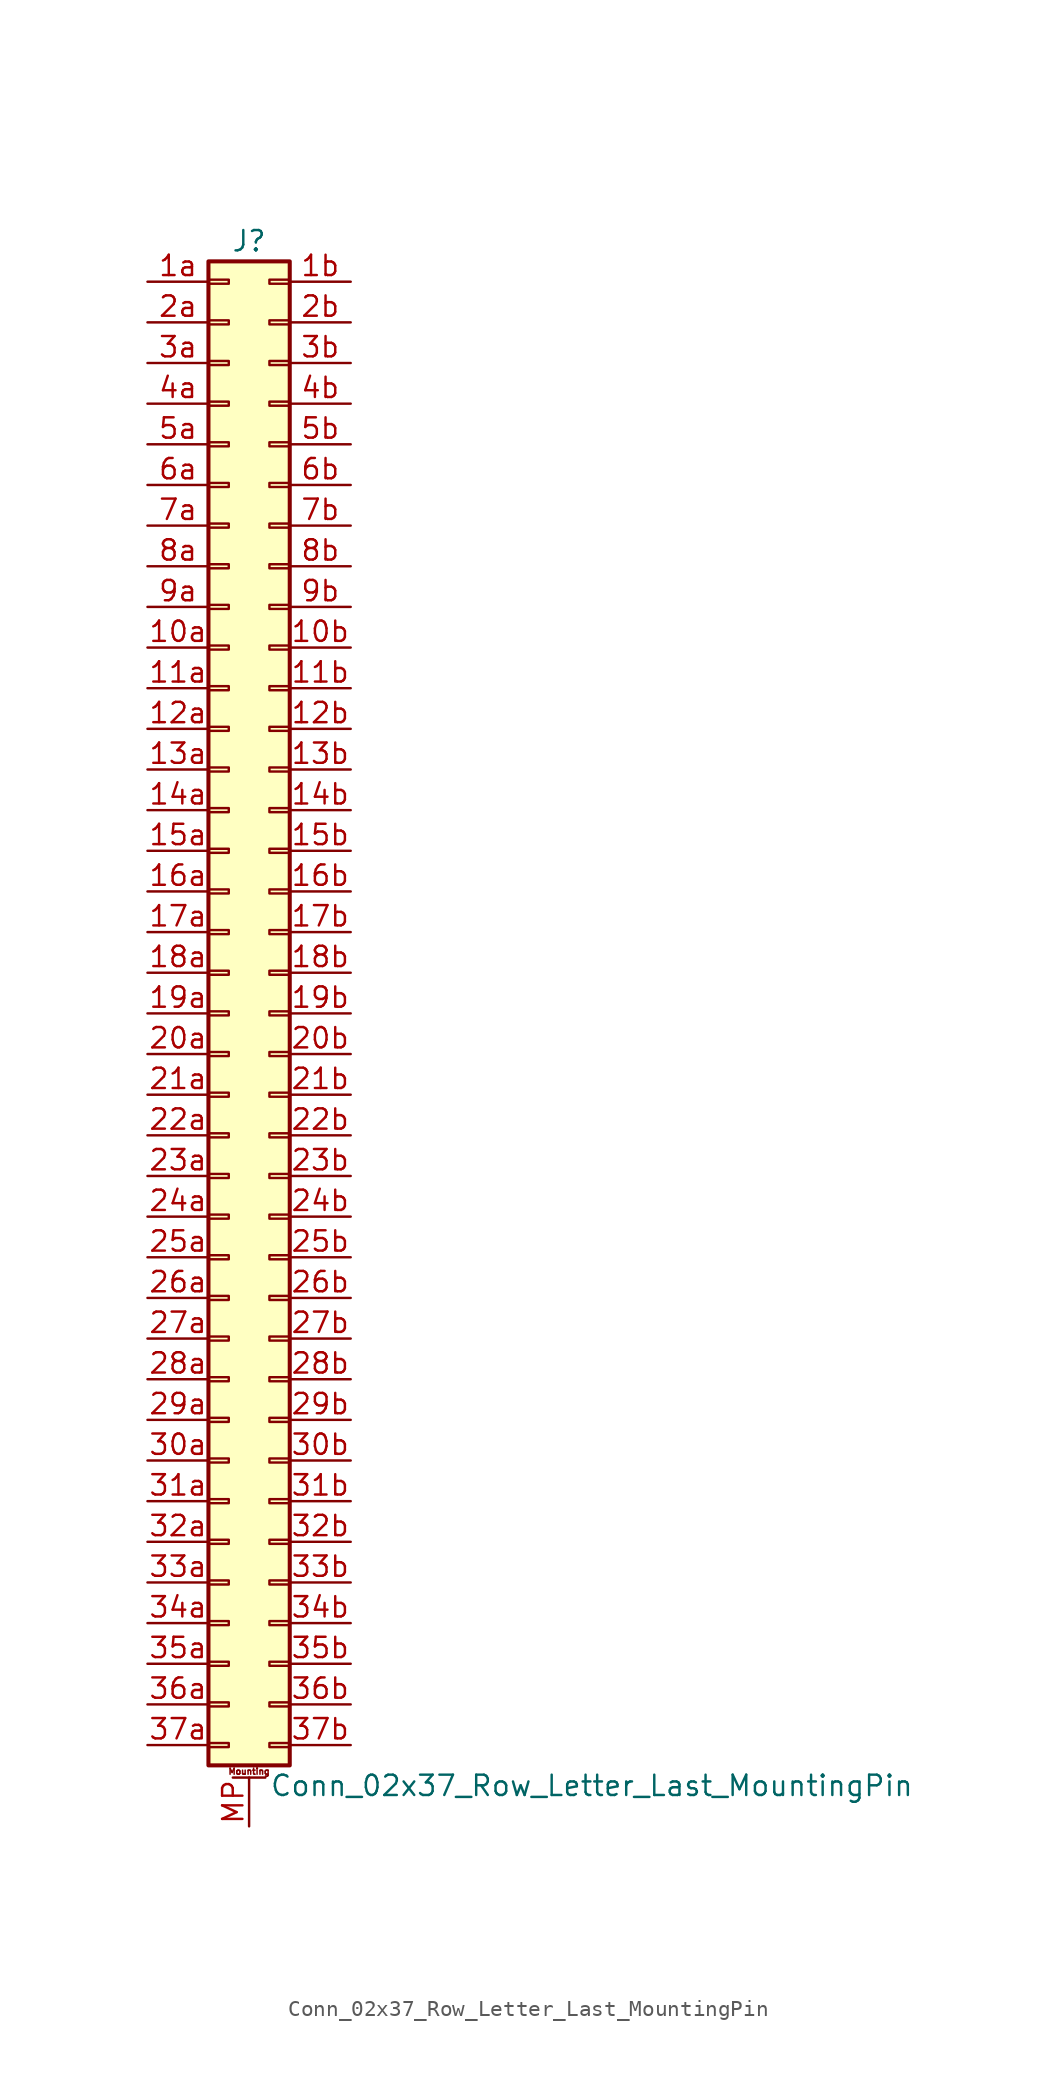
<source format=kicad_sym>
(kicad_symbol_lib
  (version 20201005)
  (generator kicad_symbol_editor)
  (symbol "Conn_02x37_Row_Letter_Last_MountingPin"
    (pin_names
      (offset 1.016) hide)
    (property "Reference" "J"
      (at 1.27 48.26 0)
      (effects (font (size 1.27 1.27))))
    (property "Value" "Conn_02x37_Row_Letter_Last_MountingPin"
      (at 2.54 -48.26 0)
      (effects (font (size 1.27 1.27)) (justify left)))
    (symbol "Conn_02x37_Row_Letter_Last_MountingPin_1_1"
      (text "Mounting" (at 1.27 -47.371 0) (effects (font (size 0.381 0.381))))
      (rectangle (start -1.27 -45.593) (end 0 -45.847) (stroke (width 0.152)) (fill (type none)))
      (rectangle (start -1.27 -43.053) (end 0 -43.307) (stroke (width 0.152)) (fill (type none)))
      (rectangle (start -1.27 -40.513) (end 0 -40.767) (stroke (width 0.152)) (fill (type none)))
      (rectangle (start -1.27 -37.973) (end 0 -38.227) (stroke (width 0.152)) (fill (type none)))
      (rectangle (start -1.27 -35.433) (end 0 -35.687) (stroke (width 0.152)) (fill (type none)))
      (rectangle (start -1.27 -32.893) (end 0 -33.147) (stroke (width 0.152)) (fill (type none)))
      (rectangle (start -1.27 -30.353) (end 0 -30.607) (stroke (width 0.152)) (fill (type none)))
      (rectangle (start -1.27 -27.813) (end 0 -28.067) (stroke (width 0.152)) (fill (type none)))
      (rectangle (start -1.27 -25.273) (end 0 -25.527) (stroke (width 0.152)) (fill (type none)))
      (rectangle (start -1.27 -22.733) (end 0 -22.987) (stroke (width 0.152)) (fill (type none)))
      (rectangle (start -1.27 -20.193) (end 0 -20.447) (stroke (width 0.152)) (fill (type none)))
      (rectangle (start -1.27 -17.653) (end 0 -17.907) (stroke (width 0.152)) (fill (type none)))
      (rectangle (start -1.27 -15.113) (end 0 -15.367) (stroke (width 0.152)) (fill (type none)))
      (rectangle (start -1.27 -12.573) (end 0 -12.827) (stroke (width 0.152)) (fill (type none)))
      (rectangle (start -1.27 -10.033) (end 0 -10.287) (stroke (width 0.152)) (fill (type none)))
      (rectangle (start -1.27 -7.493) (end 0 -7.747) (stroke (width 0.152)) (fill (type none)))
      (rectangle (start -1.27 -4.953) (end 0 -5.207) (stroke (width 0.152)) (fill (type none)))
      (rectangle (start -1.27 -2.413) (end 0 -2.667) (stroke (width 0.152)) (fill (type none)))
      (rectangle (start -1.27 0.127) (end 0 -0.127) (stroke (width 0.152)) (fill (type none)))
      (rectangle (start -1.27 2.667) (end 0 2.413) (stroke (width 0.152)) (fill (type none)))
      (rectangle (start -1.27 5.207) (end 0 4.953) (stroke (width 0.152)) (fill (type none)))
      (rectangle (start -1.27 7.747) (end 0 7.493) (stroke (width 0.152)) (fill (type none)))
      (rectangle (start -1.27 10.287) (end 0 10.033) (stroke (width 0.152)) (fill (type none)))
      (rectangle (start -1.27 12.827) (end 0 12.573) (stroke (width 0.152)) (fill (type none)))
      (rectangle (start -1.27 15.367) (end 0 15.113) (stroke (width 0.152)) (fill (type none)))
      (rectangle (start -1.27 17.907) (end 0 17.653) (stroke (width 0.152)) (fill (type none)))
      (rectangle (start -1.27 20.447) (end 0 20.193) (stroke (width 0.152)) (fill (type none)))
      (rectangle (start -1.27 22.987) (end 0 22.733) (stroke (width 0.152)) (fill (type none)))
      (rectangle (start -1.27 25.527) (end 0 25.273) (stroke (width 0.152)) (fill (type none)))
      (rectangle (start -1.27 28.067) (end 0 27.813) (stroke (width 0.152)) (fill (type none)))
      (rectangle (start -1.27 30.607) (end 0 30.353) (stroke (width 0.152)) (fill (type none)))
      (rectangle (start -1.27 33.147) (end 0 32.893) (stroke (width 0.152)) (fill (type none)))
      (rectangle (start -1.27 35.687) (end 0 35.433) (stroke (width 0.152)) (fill (type none)))
      (rectangle (start -1.27 38.227) (end 0 37.973) (stroke (width 0.152)) (fill (type none)))
      (rectangle (start -1.27 40.767) (end 0 40.513) (stroke (width 0.152)) (fill (type none)))
      (rectangle (start -1.27 43.307) (end 0 43.053) (stroke (width 0.152)) (fill (type none)))
      (rectangle (start -1.27 45.847) (end 0 45.593) (stroke (width 0.152)) (fill (type none)))
      (rectangle (start -1.27 46.99) (end 3.81 -46.99) (stroke (width 0.254)) (fill (type background)))
      (rectangle (start 3.81 -45.593) (end 2.54 -45.847) (stroke (width 0.152)) (fill (type none)))
      (rectangle (start 3.81 -43.053) (end 2.54 -43.307) (stroke (width 0.152)) (fill (type none)))
      (rectangle (start 3.81 -40.513) (end 2.54 -40.767) (stroke (width 0.152)) (fill (type none)))
      (rectangle (start 3.81 -37.973) (end 2.54 -38.227) (stroke (width 0.152)) (fill (type none)))
      (rectangle (start 3.81 -35.433) (end 2.54 -35.687) (stroke (width 0.152)) (fill (type none)))
      (rectangle (start 3.81 -32.893) (end 2.54 -33.147) (stroke (width 0.152)) (fill (type none)))
      (rectangle (start 3.81 -30.353) (end 2.54 -30.607) (stroke (width 0.152)) (fill (type none)))
      (rectangle (start 3.81 -27.813) (end 2.54 -28.067) (stroke (width 0.152)) (fill (type none)))
      (rectangle (start 3.81 -25.273) (end 2.54 -25.527) (stroke (width 0.152)) (fill (type none)))
      (rectangle (start 3.81 -22.733) (end 2.54 -22.987) (stroke (width 0.152)) (fill (type none)))
      (rectangle (start 3.81 -20.193) (end 2.54 -20.447) (stroke (width 0.152)) (fill (type none)))
      (rectangle (start 3.81 -17.653) (end 2.54 -17.907) (stroke (width 0.152)) (fill (type none)))
      (rectangle (start 3.81 -15.113) (end 2.54 -15.367) (stroke (width 0.152)) (fill (type none)))
      (rectangle (start 3.81 -12.573) (end 2.54 -12.827) (stroke (width 0.152)) (fill (type none)))
      (rectangle (start 3.81 -10.033) (end 2.54 -10.287) (stroke (width 0.152)) (fill (type none)))
      (rectangle (start 3.81 -7.493) (end 2.54 -7.747) (stroke (width 0.152)) (fill (type none)))
      (rectangle (start 3.81 -4.953) (end 2.54 -5.207) (stroke (width 0.152)) (fill (type none)))
      (rectangle (start 3.81 -2.413) (end 2.54 -2.667) (stroke (width 0.152)) (fill (type none)))
      (rectangle (start 3.81 0.127) (end 2.54 -0.127) (stroke (width 0.152)) (fill (type none)))
      (rectangle (start 3.81 2.667) (end 2.54 2.413) (stroke (width 0.152)) (fill (type none)))
      (rectangle (start 3.81 5.207) (end 2.54 4.953) (stroke (width 0.152)) (fill (type none)))
      (rectangle (start 3.81 7.747) (end 2.54 7.493) (stroke (width 0.152)) (fill (type none)))
      (rectangle (start 3.81 10.287) (end 2.54 10.033) (stroke (width 0.152)) (fill (type none)))
      (rectangle (start 3.81 12.827) (end 2.54 12.573) (stroke (width 0.152)) (fill (type none)))
      (rectangle (start 3.81 15.367) (end 2.54 15.113) (stroke (width 0.152)) (fill (type none)))
      (rectangle (start 3.81 17.907) (end 2.54 17.653) (stroke (width 0.152)) (fill (type none)))
      (rectangle (start 3.81 20.447) (end 2.54 20.193) (stroke (width 0.152)) (fill (type none)))
      (rectangle (start 3.81 22.987) (end 2.54 22.733) (stroke (width 0.152)) (fill (type none)))
      (rectangle (start 3.81 25.527) (end 2.54 25.273) (stroke (width 0.152)) (fill (type none)))
      (rectangle (start 3.81 28.067) (end 2.54 27.813) (stroke (width 0.152)) (fill (type none)))
      (rectangle (start 3.81 30.607) (end 2.54 30.353) (stroke (width 0.152)) (fill (type none)))
      (rectangle (start 3.81 33.147) (end 2.54 32.893) (stroke (width 0.152)) (fill (type none)))
      (rectangle (start 3.81 35.687) (end 2.54 35.433) (stroke (width 0.152)) (fill (type none)))
      (rectangle (start 3.81 38.227) (end 2.54 37.973) (stroke (width 0.152)) (fill (type none)))
      (rectangle (start 3.81 40.767) (end 2.54 40.513) (stroke (width 0.152)) (fill (type none)))
      (rectangle (start 3.81 43.307) (end 2.54 43.053) (stroke (width 0.152)) (fill (type none)))
      (rectangle (start 3.81 45.847) (end 2.54 45.593) (stroke (width 0.152)) (fill (type none)))
      (polyline (pts (xy 0.254 -47.752) (xy 2.286 -47.752)) (stroke (width 0.152)) (fill (type none)))
      (pin passive line (at -5.08 22.86 0) (length 3.81) (name "Pin_10a" (effects (font (size 1.27 1.27)))) (number "10a" (effects (font (size 1.27 1.27)))))
      (pin passive line (at 7.62 22.86 180) (length 3.81) (name "Pin_10b" (effects (font (size 1.27 1.27)))) (number "10b" (effects (font (size 1.27 1.27)))))
      (pin passive line (at -5.08 20.32 0) (length 3.81) (name "Pin_11a" (effects (font (size 1.27 1.27)))) (number "11a" (effects (font (size 1.27 1.27)))))
      (pin passive line (at 7.62 20.32 180) (length 3.81) (name "Pin_11b" (effects (font (size 1.27 1.27)))) (number "11b" (effects (font (size 1.27 1.27)))))
      (pin passive line (at -5.08 17.78 0) (length 3.81) (name "Pin_12a" (effects (font (size 1.27 1.27)))) (number "12a" (effects (font (size 1.27 1.27)))))
      (pin passive line (at 7.62 17.78 180) (length 3.81) (name "Pin_12b" (effects (font (size 1.27 1.27)))) (number "12b" (effects (font (size 1.27 1.27)))))
      (pin passive line (at -5.08 15.24 0) (length 3.81) (name "Pin_13a" (effects (font (size 1.27 1.27)))) (number "13a" (effects (font (size 1.27 1.27)))))
      (pin passive line (at 7.62 15.24 180) (length 3.81) (name "Pin_13b" (effects (font (size 1.27 1.27)))) (number "13b" (effects (font (size 1.27 1.27)))))
      (pin passive line (at -5.08 12.7 0) (length 3.81) (name "Pin_14a" (effects (font (size 1.27 1.27)))) (number "14a" (effects (font (size 1.27 1.27)))))
      (pin passive line (at 7.62 12.7 180) (length 3.81) (name "Pin_14b" (effects (font (size 1.27 1.27)))) (number "14b" (effects (font (size 1.27 1.27)))))
      (pin passive line (at -5.08 10.16 0) (length 3.81) (name "Pin_15a" (effects (font (size 1.27 1.27)))) (number "15a" (effects (font (size 1.27 1.27)))))
      (pin passive line (at 7.62 10.16 180) (length 3.81) (name "Pin_15b" (effects (font (size 1.27 1.27)))) (number "15b" (effects (font (size 1.27 1.27)))))
      (pin passive line (at -5.08 7.62 0) (length 3.81) (name "Pin_16a" (effects (font (size 1.27 1.27)))) (number "16a" (effects (font (size 1.27 1.27)))))
      (pin passive line (at 7.62 7.62 180) (length 3.81) (name "Pin_16b" (effects (font (size 1.27 1.27)))) (number "16b" (effects (font (size 1.27 1.27)))))
      (pin passive line (at -5.08 5.08 0) (length 3.81) (name "Pin_17a" (effects (font (size 1.27 1.27)))) (number "17a" (effects (font (size 1.27 1.27)))))
      (pin passive line (at 7.62 5.08 180) (length 3.81) (name "Pin_17b" (effects (font (size 1.27 1.27)))) (number "17b" (effects (font (size 1.27 1.27)))))
      (pin passive line (at -5.08 2.54 0) (length 3.81) (name "Pin_18a" (effects (font (size 1.27 1.27)))) (number "18a" (effects (font (size 1.27 1.27)))))
      (pin passive line (at 7.62 2.54 180) (length 3.81) (name "Pin_18b" (effects (font (size 1.27 1.27)))) (number "18b" (effects (font (size 1.27 1.27)))))
      (pin passive line (at -5.08 0 0) (length 3.81) (name "Pin_19a" (effects (font (size 1.27 1.27)))) (number "19a" (effects (font (size 1.27 1.27)))))
      (pin passive line (at 7.62 0 180) (length 3.81) (name "Pin_19b" (effects (font (size 1.27 1.27)))) (number "19b" (effects (font (size 1.27 1.27)))))
      (pin passive line (at -5.08 45.72 0) (length 3.81) (name "Pin_1a" (effects (font (size 1.27 1.27)))) (number "1a" (effects (font (size 1.27 1.27)))))
      (pin passive line (at 7.62 45.72 180) (length 3.81) (name "Pin_1b" (effects (font (size 1.27 1.27)))) (number "1b" (effects (font (size 1.27 1.27)))))
      (pin passive line (at -5.08 -2.54 0) (length 3.81) (name "Pin_20a" (effects (font (size 1.27 1.27)))) (number "20a" (effects (font (size 1.27 1.27)))))
      (pin passive line (at 7.62 -2.54 180) (length 3.81) (name "Pin_20b" (effects (font (size 1.27 1.27)))) (number "20b" (effects (font (size 1.27 1.27)))))
      (pin passive line (at -5.08 -5.08 0) (length 3.81) (name "Pin_21a" (effects (font (size 1.27 1.27)))) (number "21a" (effects (font (size 1.27 1.27)))))
      (pin passive line (at 7.62 -5.08 180) (length 3.81) (name "Pin_21b" (effects (font (size 1.27 1.27)))) (number "21b" (effects (font (size 1.27 1.27)))))
      (pin passive line (at -5.08 -7.62 0) (length 3.81) (name "Pin_22a" (effects (font (size 1.27 1.27)))) (number "22a" (effects (font (size 1.27 1.27)))))
      (pin passive line (at 7.62 -7.62 180) (length 3.81) (name "Pin_22b" (effects (font (size 1.27 1.27)))) (number "22b" (effects (font (size 1.27 1.27)))))
      (pin passive line (at -5.08 -10.16 0) (length 3.81) (name "Pin_23a" (effects (font (size 1.27 1.27)))) (number "23a" (effects (font (size 1.27 1.27)))))
      (pin passive line (at 7.62 -10.16 180) (length 3.81) (name "Pin_23b" (effects (font (size 1.27 1.27)))) (number "23b" (effects (font (size 1.27 1.27)))))
      (pin passive line (at -5.08 -12.7 0) (length 3.81) (name "Pin_24a" (effects (font (size 1.27 1.27)))) (number "24a" (effects (font (size 1.27 1.27)))))
      (pin passive line (at 7.62 -12.7 180) (length 3.81) (name "Pin_24b" (effects (font (size 1.27 1.27)))) (number "24b" (effects (font (size 1.27 1.27)))))
      (pin passive line (at -5.08 -15.24 0) (length 3.81) (name "Pin_25a" (effects (font (size 1.27 1.27)))) (number "25a" (effects (font (size 1.27 1.27)))))
      (pin passive line (at 7.62 -15.24 180) (length 3.81) (name "Pin_25b" (effects (font (size 1.27 1.27)))) (number "25b" (effects (font (size 1.27 1.27)))))
      (pin passive line (at -5.08 -17.78 0) (length 3.81) (name "Pin_26a" (effects (font (size 1.27 1.27)))) (number "26a" (effects (font (size 1.27 1.27)))))
      (pin passive line (at 7.62 -17.78 180) (length 3.81) (name "Pin_26b" (effects (font (size 1.27 1.27)))) (number "26b" (effects (font (size 1.27 1.27)))))
      (pin passive line (at -5.08 -20.32 0) (length 3.81) (name "Pin_27a" (effects (font (size 1.27 1.27)))) (number "27a" (effects (font (size 1.27 1.27)))))
      (pin passive line (at 7.62 -20.32 180) (length 3.81) (name "Pin_27b" (effects (font (size 1.27 1.27)))) (number "27b" (effects (font (size 1.27 1.27)))))
      (pin passive line (at -5.08 -22.86 0) (length 3.81) (name "Pin_28a" (effects (font (size 1.27 1.27)))) (number "28a" (effects (font (size 1.27 1.27)))))
      (pin passive line (at 7.62 -22.86 180) (length 3.81) (name "Pin_28b" (effects (font (size 1.27 1.27)))) (number "28b" (effects (font (size 1.27 1.27)))))
      (pin passive line (at -5.08 -25.4 0) (length 3.81) (name "Pin_29a" (effects (font (size 1.27 1.27)))) (number "29a" (effects (font (size 1.27 1.27)))))
      (pin passive line (at 7.62 -25.4 180) (length 3.81) (name "Pin_29b" (effects (font (size 1.27 1.27)))) (number "29b" (effects (font (size 1.27 1.27)))))
      (pin passive line (at -5.08 43.18 0) (length 3.81) (name "Pin_2a" (effects (font (size 1.27 1.27)))) (number "2a" (effects (font (size 1.27 1.27)))))
      (pin passive line (at 7.62 43.18 180) (length 3.81) (name "Pin_2b" (effects (font (size 1.27 1.27)))) (number "2b" (effects (font (size 1.27 1.27)))))
      (pin passive line (at -5.08 -27.94 0) (length 3.81) (name "Pin_30a" (effects (font (size 1.27 1.27)))) (number "30a" (effects (font (size 1.27 1.27)))))
      (pin passive line (at 7.62 -27.94 180) (length 3.81) (name "Pin_30b" (effects (font (size 1.27 1.27)))) (number "30b" (effects (font (size 1.27 1.27)))))
      (pin passive line (at -5.08 -30.48 0) (length 3.81) (name "Pin_31a" (effects (font (size 1.27 1.27)))) (number "31a" (effects (font (size 1.27 1.27)))))
      (pin passive line (at 7.62 -30.48 180) (length 3.81) (name "Pin_31b" (effects (font (size 1.27 1.27)))) (number "31b" (effects (font (size 1.27 1.27)))))
      (pin passive line (at -5.08 -33.02 0) (length 3.81) (name "Pin_32a" (effects (font (size 1.27 1.27)))) (number "32a" (effects (font (size 1.27 1.27)))))
      (pin passive line (at 7.62 -33.02 180) (length 3.81) (name "Pin_32b" (effects (font (size 1.27 1.27)))) (number "32b" (effects (font (size 1.27 1.27)))))
      (pin passive line (at -5.08 -35.56 0) (length 3.81) (name "Pin_33a" (effects (font (size 1.27 1.27)))) (number "33a" (effects (font (size 1.27 1.27)))))
      (pin passive line (at 7.62 -35.56 180) (length 3.81) (name "Pin_33b" (effects (font (size 1.27 1.27)))) (number "33b" (effects (font (size 1.27 1.27)))))
      (pin passive line (at -5.08 -38.1 0) (length 3.81) (name "Pin_34a" (effects (font (size 1.27 1.27)))) (number "34a" (effects (font (size 1.27 1.27)))))
      (pin passive line (at 7.62 -38.1 180) (length 3.81) (name "Pin_34b" (effects (font (size 1.27 1.27)))) (number "34b" (effects (font (size 1.27 1.27)))))
      (pin passive line (at -5.08 -40.64 0) (length 3.81) (name "Pin_35a" (effects (font (size 1.27 1.27)))) (number "35a" (effects (font (size 1.27 1.27)))))
      (pin passive line (at 7.62 -40.64 180) (length 3.81) (name "Pin_35b" (effects (font (size 1.27 1.27)))) (number "35b" (effects (font (size 1.27 1.27)))))
      (pin passive line (at -5.08 -43.18 0) (length 3.81) (name "Pin_36a" (effects (font (size 1.27 1.27)))) (number "36a" (effects (font (size 1.27 1.27)))))
      (pin passive line (at 7.62 -43.18 180) (length 3.81) (name "Pin_36b" (effects (font (size 1.27 1.27)))) (number "36b" (effects (font (size 1.27 1.27)))))
      (pin passive line (at -5.08 -45.72 0) (length 3.81) (name "Pin_37a" (effects (font (size 1.27 1.27)))) (number "37a" (effects (font (size 1.27 1.27)))))
      (pin passive line (at 7.62 -45.72 180) (length 3.81) (name "Pin_37b" (effects (font (size 1.27 1.27)))) (number "37b" (effects (font (size 1.27 1.27)))))
      (pin passive line (at -5.08 40.64 0) (length 3.81) (name "Pin_3a" (effects (font (size 1.27 1.27)))) (number "3a" (effects (font (size 1.27 1.27)))))
      (pin passive line (at 7.62 40.64 180) (length 3.81) (name "Pin_3b" (effects (font (size 1.27 1.27)))) (number "3b" (effects (font (size 1.27 1.27)))))
      (pin passive line (at -5.08 38.1 0) (length 3.81) (name "Pin_4a" (effects (font (size 1.27 1.27)))) (number "4a" (effects (font (size 1.27 1.27)))))
      (pin passive line (at 7.62 38.1 180) (length 3.81) (name "Pin_4b" (effects (font (size 1.27 1.27)))) (number "4b" (effects (font (size 1.27 1.27)))))
      (pin passive line (at -5.08 35.56 0) (length 3.81) (name "Pin_5a" (effects (font (size 1.27 1.27)))) (number "5a" (effects (font (size 1.27 1.27)))))
      (pin passive line (at 7.62 35.56 180) (length 3.81) (name "Pin_5b" (effects (font (size 1.27 1.27)))) (number "5b" (effects (font (size 1.27 1.27)))))
      (pin passive line (at -5.08 33.02 0) (length 3.81) (name "Pin_6a" (effects (font (size 1.27 1.27)))) (number "6a" (effects (font (size 1.27 1.27)))))
      (pin passive line (at 7.62 33.02 180) (length 3.81) (name "Pin_6b" (effects (font (size 1.27 1.27)))) (number "6b" (effects (font (size 1.27 1.27)))))
      (pin passive line (at -5.08 30.48 0) (length 3.81) (name "Pin_7a" (effects (font (size 1.27 1.27)))) (number "7a" (effects (font (size 1.27 1.27)))))
      (pin passive line (at 7.62 30.48 180) (length 3.81) (name "Pin_7b" (effects (font (size 1.27 1.27)))) (number "7b" (effects (font (size 1.27 1.27)))))
      (pin passive line (at -5.08 27.94 0) (length 3.81) (name "Pin_8a" (effects (font (size 1.27 1.27)))) (number "8a" (effects (font (size 1.27 1.27)))))
      (pin passive line (at 7.62 27.94 180) (length 3.81) (name "Pin_8b" (effects (font (size 1.27 1.27)))) (number "8b" (effects (font (size 1.27 1.27)))))
      (pin passive line (at -5.08 25.4 0) (length 3.81) (name "Pin_9a" (effects (font (size 1.27 1.27)))) (number "9a" (effects (font (size 1.27 1.27)))))
      (pin passive line (at 7.62 25.4 180) (length 3.81) (name "Pin_9b" (effects (font (size 1.27 1.27)))) (number "9b" (effects (font (size 1.27 1.27)))))
      (pin passive line (at 1.27 -50.8 90) (length 3.048) (name "MountPin" (effects (font (size 1.27 1.27)))) (number "MP" (effects (font (size 1.27 1.27))))))))
</source>
